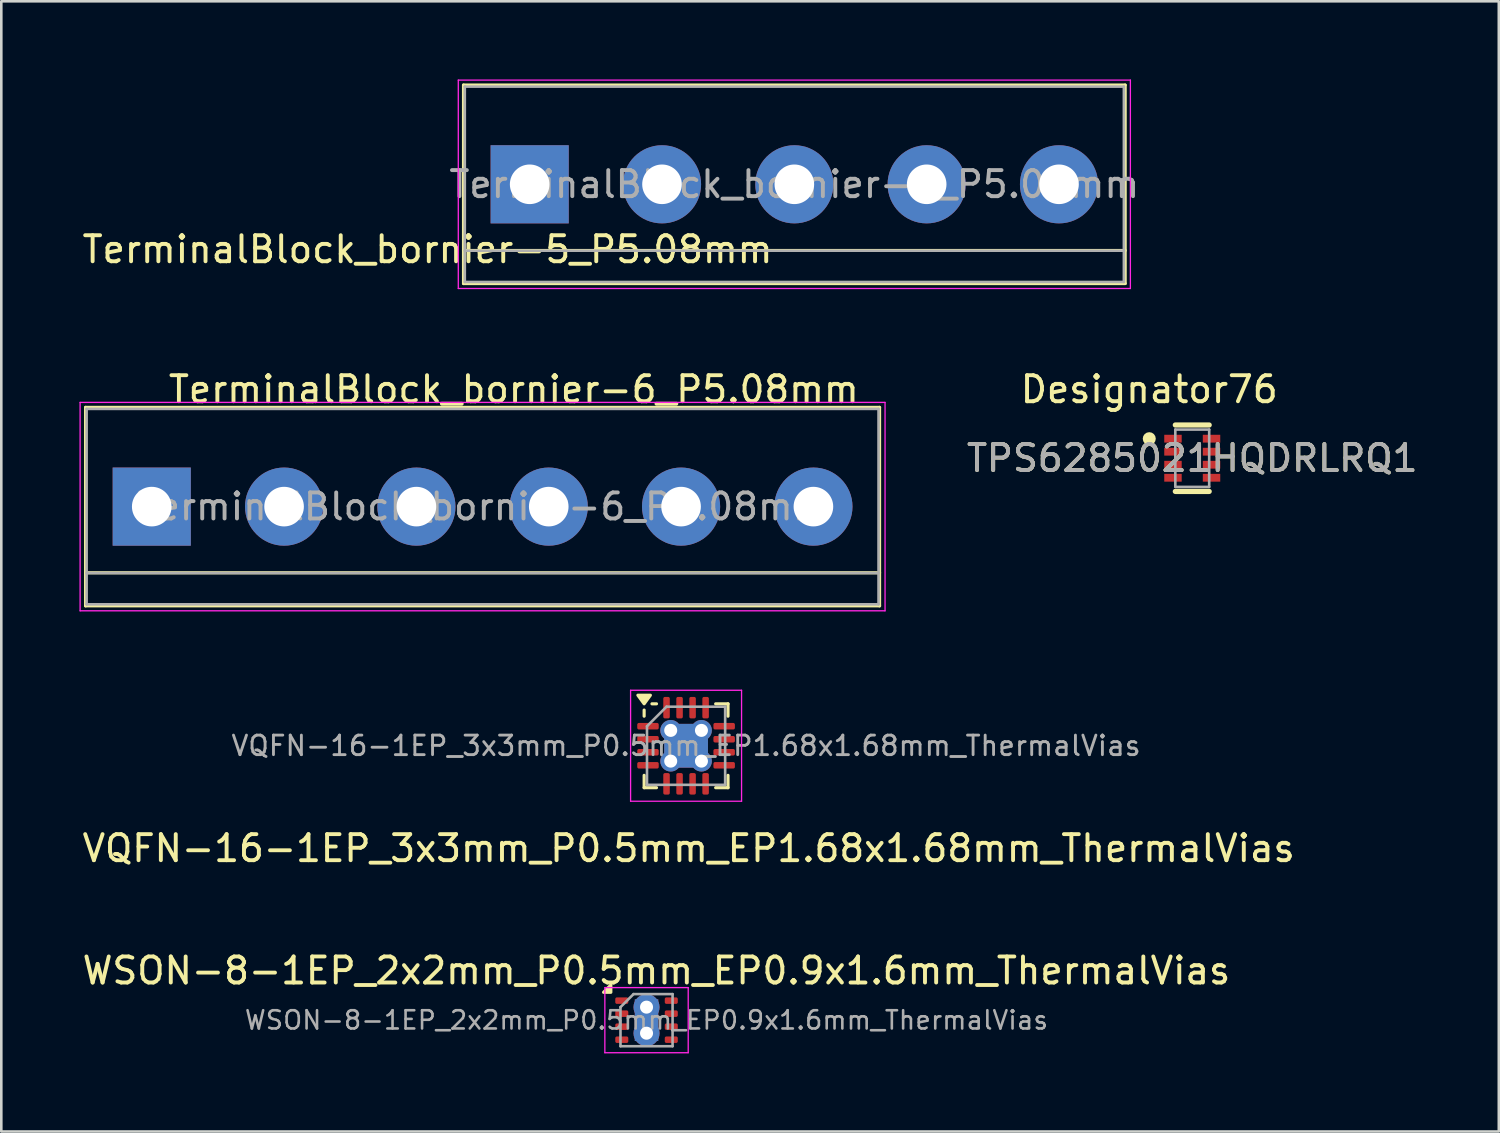
<source format=kicad_pcb>
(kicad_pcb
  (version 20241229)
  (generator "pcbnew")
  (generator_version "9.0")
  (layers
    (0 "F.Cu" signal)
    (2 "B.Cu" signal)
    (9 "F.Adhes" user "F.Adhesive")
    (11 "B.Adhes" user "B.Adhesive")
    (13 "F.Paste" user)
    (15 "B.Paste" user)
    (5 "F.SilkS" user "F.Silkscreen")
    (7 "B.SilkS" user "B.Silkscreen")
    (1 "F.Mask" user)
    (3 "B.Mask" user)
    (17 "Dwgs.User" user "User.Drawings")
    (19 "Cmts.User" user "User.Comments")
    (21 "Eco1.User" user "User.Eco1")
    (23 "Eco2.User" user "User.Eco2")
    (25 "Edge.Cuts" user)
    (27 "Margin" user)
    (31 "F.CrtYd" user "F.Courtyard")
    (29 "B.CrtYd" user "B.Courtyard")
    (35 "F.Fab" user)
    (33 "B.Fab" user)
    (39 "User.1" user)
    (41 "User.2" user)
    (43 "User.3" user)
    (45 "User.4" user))
  (footprint "TPS6285021HQDRLRQ1"
    (layer "F.Cu")
    (at 42.718 14.54)
    (property "Reference" "TPS6285021HQDRLRQ1" (at 0 0 0) (unlocked yes) (layer "F.SilkS") (effects (font (size 1 1) (thickness 0.15))))
    (attr smd)
    (fp_line (start -0.65 -1.275) (end 0.65 -1.275) (stroke (width 0.2) (type solid)) (layer "F.SilkS"))
    (fp_line (start -0.65 1.275) (end 0.65 1.275) (stroke (width 0.2) (type solid)) (layer "F.SilkS"))
    (fp_circle (center -1.65 -0.75) (end -1.525 -0.75) (stroke (width 0.25) (type solid)) (fill no) (layer "F.SilkS"))
    (fp_line (start -0.65 -1.1) (end 0.65 -1.1) (stroke (width 0.1) (type solid)) (layer "F.Fab"))
    (fp_line (start -0.65 1.1) (end -0.65 -1.1) (stroke (width 0.1) (type solid)) (layer "F.Fab"))
    (fp_line (start -0.65 1.1) (end 0.65 1.1) (stroke (width 0.1) (type solid)) (layer "F.Fab"))
    (fp_line (start 0.65 1.1) (end 0.65 -1.1) (stroke (width 0.1) (type solid)) (layer "F.Fab"))
    (fp_text user "Designator76" (at -1.651 -2.642 0) (unlocked yes) (layer "F.SilkS") (effects (font (size 1 1) (thickness 0.15))))
    (fp_text user "${REFERENCE}" (at 0 0 0) (unlocked yes) (layer "F.Fab") (effects (font (size 1 1) (thickness 0.15))))
    (pad "1" smd rect (at -0.74 -0.75) (size 0.67 0.3) (layers "F.Cu" "F.Mask" "F.Paste"))
    (pad "2" smd rect (at -0.74 -0.25) (size 0.67 0.3) (layers "F.Cu" "F.Mask" "F.Paste"))
    (pad "3" smd rect (at -0.74 0.25) (size 0.67 0.3) (layers "F.Cu" "F.Mask" "F.Paste"))
    (pad "4" smd rect (at -0.74 0.75) (size 0.67 0.3) (layers "F.Cu" "F.Mask" "F.Paste"))
    (pad "5" smd rect (at 0.74 0.75) (size 0.67 0.3) (layers "F.Cu" "F.Mask" "F.Paste"))
    (pad "6" smd rect (at 0.74 0.25) (size 0.67 0.3) (layers "F.Cu" "F.Mask" "F.Paste"))
    (pad "7" smd rect (at 0.74 -0.25) (size 0.67 0.3) (layers "F.Cu" "F.Mask" "F.Paste"))
    (pad "8" smd rect (at 0.74 -0.75) (size 0.67 0.3) (layers "F.Cu" "F.Mask" "F.Paste")))
  (footprint "TerminalBlock_bornier-6_P5.08mm"
    (layer "F.Cu")
    (at 2.775 16.398)
    (property "Reference" "TerminalBlock_bornier-6_P5.08mm" (at 13.9 -4.5 0) (layer "F.SilkS") (effects (font (size 1 1) (thickness 0.15))))
    (attr through_hole)
    (fp_line (start -2.54 -3.81) (end -2.54 3.81) (stroke (width 0.12) (type solid)) (layer "F.SilkS"))
    (fp_line (start -2.54 -3.81) (end 27.94 -3.81) (stroke (width 0.12) (type solid)) (layer "F.SilkS"))
    (fp_line (start -2.54 2.54) (end 27.94 2.54) (stroke (width 0.12) (type solid)) (layer "F.SilkS"))
    (fp_line (start -2.54 3.81) (end 27.94 3.81) (stroke (width 0.12) (type solid)) (layer "F.SilkS"))
    (fp_line (start 27.94 3.81) (end 27.94 -3.81) (stroke (width 0.12) (type solid)) (layer "F.SilkS"))
    (fp_line (start -2.75 -4) (end -2.75 4) (stroke (width 0.05) (type solid)) (layer "F.CrtYd"))
    (fp_line (start -2.75 -4) (end 28.15 -4) (stroke (width 0.05) (type solid)) (layer "F.CrtYd"))
    (fp_line (start 28.15 4) (end -2.75 4) (stroke (width 0.05) (type solid)) (layer "F.CrtYd"))
    (fp_line (start 28.15 4) (end 28.15 -4) (stroke (width 0.05) (type solid)) (layer "F.CrtYd"))
    (fp_line (start -2.5 -3.75) (end -2.5 3.75) (stroke (width 0.1) (type solid)) (layer "F.Fab"))
    (fp_line (start -2.5 2.55) (end 27.9 2.55) (stroke (width 0.1) (type solid)) (layer "F.Fab"))
    (fp_line (start -2.5 3.75) (end 27.9 3.75) (stroke (width 0.1) (type solid)) (layer "F.Fab"))
    (fp_line (start 27.9 -3.75) (end -2.5 -3.75) (stroke (width 0.1) (type solid)) (layer "F.Fab"))
    (fp_line (start 27.9 3.75) (end 27.9 -3.75) (stroke (width 0.1) (type solid)) (layer "F.Fab"))
    (fp_text user "${REFERENCE}" (at 12.7 0 0) (layer "F.Fab") (effects (font (size 1 1) (thickness 0.15))))
    (pad "1" thru_hole rect (at 0 0) (size 3 3) (drill 1.52) (layers "*.Cu" "*.Mask"))
    (pad "2" thru_hole circle (at 5.08 0) (size 3 3) (drill 1.52) (layers "*.Cu" "*.Mask"))
    (pad "3" thru_hole circle (at 10.16 0) (size 3 3) (drill 1.52) (layers "*.Cu" "*.Mask"))
    (pad "4" thru_hole circle (at 15.24 0) (size 3 3) (drill 1.52) (layers "*.Cu" "*.Mask"))
    (pad "5" thru_hole circle (at 20.32 0) (size 3 3) (drill 1.52) (layers "*.Cu" "*.Mask"))
    (pad "6" thru_hole circle (at 25.4 0) (size 3 3) (drill 1.52) (layers "*.Cu" "*.Mask")))
  (footprint "VQFN-16-1EP_3x3mm_P0.5mm_EP1.68x1.68mm_ThermalVias"
    (layer "F.Cu")
    (at 23.287 25.578)
    (property "Reference" "VQFN-16-1EP_3x3mm_P0.5mm_EP1.68x1.68mm_ThermalVias" (at 0.1 3.938 180) (layer "F.SilkS") (effects (font (size 1 1) (thickness 0.15))))
    (attr smd)
    (fp_line (start -1.61 -1.135) (end -1.61 -1.37) (stroke (width 0.12) (type solid)) (layer "F.SilkS"))
    (fp_line (start -1.61 1.61) (end -1.61 1.135) (stroke (width 0.12) (type solid)) (layer "F.SilkS"))
    (fp_line (start -1.135 -1.61) (end -1.31 -1.61) (stroke (width 0.12) (type solid)) (layer "F.SilkS"))
    (fp_line (start -1.135 1.61) (end -1.61 1.61) (stroke (width 0.12) (type solid)) (layer "F.SilkS"))
    (fp_line (start 1.135 -1.61) (end 1.61 -1.61) (stroke (width 0.12) (type solid)) (layer "F.SilkS"))
    (fp_line (start 1.135 1.61) (end 1.61 1.61) (stroke (width 0.12) (type solid)) (layer "F.SilkS"))
    (fp_line (start 1.61 -1.61) (end 1.61 -1.135) (stroke (width 0.12) (type solid)) (layer "F.SilkS"))
    (fp_line (start 1.61 1.61) (end 1.61 1.135) (stroke (width 0.12) (type solid)) (layer "F.SilkS"))
    (fp_poly (pts (xy -1.61 -1.61) (xy -1.85 -1.94) (xy -1.37 -1.94) (xy -1.61 -1.61)) (stroke (width 0.12) (type solid)) (fill yes) (layer "F.SilkS"))
    (fp_line (start -2.13 -2.13) (end -2.13 2.13) (stroke (width 0.05) (type solid)) (layer "F.CrtYd"))
    (fp_line (start -2.13 2.13) (end 2.13 2.13) (stroke (width 0.05) (type solid)) (layer "F.CrtYd"))
    (fp_line (start 2.13 -2.13) (end -2.13 -2.13) (stroke (width 0.05) (type solid)) (layer "F.CrtYd"))
    (fp_line (start 2.13 2.13) (end 2.13 -2.13) (stroke (width 0.05) (type solid)) (layer "F.CrtYd"))
    (fp_line (start -1.5 -0.75) (end -0.75 -1.5) (stroke (width 0.1) (type solid)) (layer "F.Fab"))
    (fp_line (start -1.5 1.5) (end -1.5 -0.75) (stroke (width 0.1) (type solid)) (layer "F.Fab"))
    (fp_line (start -0.75 -1.5) (end 1.5 -1.5) (stroke (width 0.1) (type solid)) (layer "F.Fab"))
    (fp_line (start 1.5 -1.5) (end 1.5 1.5) (stroke (width 0.1) (type solid)) (layer "F.Fab"))
    (fp_line (start 1.5 1.5) (end -1.5 1.5) (stroke (width 0.1) (type solid)) (layer "F.Fab"))
    (fp_text user "${REFERENCE}" (at 0 0 180) (layer "F.Fab") (effects (font (size 0.75 0.75) (thickness 0.11))))
    (pad "" smd roundrect (at -0.42 -0.42) (size 0.73 0.73) (layers "F.Paste") (roundrect_rratio 0.25))
    (pad "" smd roundrect (at -0.42 0.42) (size 0.73 0.73) (layers "F.Paste") (roundrect_rratio 0.25))
    (pad "" smd roundrect (at 0.42 -0.42) (size 0.73 0.73) (layers "F.Paste") (roundrect_rratio 0.25))
    (pad "" smd roundrect (at 0.42 0.42) (size 0.73 0.73) (layers "F.Paste") (roundrect_rratio 0.25))
    (pad "1" smd roundrect (at -1.462 -0.75) (size 0.825 0.25) (layers "F.Cu" "F.Mask" "F.Paste") (roundrect_rratio 0.25))
    (pad "2" smd roundrect (at -1.462 -0.25) (size 0.825 0.25) (layers "F.Cu" "F.Mask" "F.Paste") (roundrect_rratio 0.25))
    (pad "3" smd roundrect (at -1.462 0.25) (size 0.825 0.25) (layers "F.Cu" "F.Mask" "F.Paste") (roundrect_rratio 0.25))
    (pad "4" smd roundrect (at -1.462 0.75) (size 0.825 0.25) (layers "F.Cu" "F.Mask" "F.Paste") (roundrect_rratio 0.25))
    (pad "5" smd roundrect (at -0.75 1.462) (size 0.25 0.825) (layers "F.Cu" "F.Mask" "F.Paste") (roundrect_rratio 0.25))
    (pad "6" smd roundrect (at -0.25 1.462) (size 0.25 0.825) (layers "F.Cu" "F.Mask" "F.Paste") (roundrect_rratio 0.25))
    (pad "7" smd roundrect (at 0.25 1.462) (size 0.25 0.825) (layers "F.Cu" "F.Mask" "F.Paste") (roundrect_rratio 0.25))
    (pad "8" smd roundrect (at 0.75 1.462) (size 0.25 0.825) (layers "F.Cu" "F.Mask" "F.Paste") (roundrect_rratio 0.25))
    (pad "9" smd roundrect (at 1.462 0.75) (size 0.825 0.25) (layers "F.Cu" "F.Mask" "F.Paste") (roundrect_rratio 0.25))
    (pad "10" smd roundrect (at 1.462 0.25) (size 0.825 0.25) (layers "F.Cu" "F.Mask" "F.Paste") (roundrect_rratio 0.25))
    (pad "11" smd roundrect (at 1.462 -0.25) (size 0.825 0.25) (layers "F.Cu" "F.Mask" "F.Paste") (roundrect_rratio 0.25))
    (pad "12" smd roundrect (at 1.462 -0.75) (size 0.825 0.25) (layers "F.Cu" "F.Mask" "F.Paste") (roundrect_rratio 0.25))
    (pad "13" smd roundrect (at 0.75 -1.462) (size 0.25 0.825) (layers "F.Cu" "F.Mask" "F.Paste") (roundrect_rratio 0.25))
    (pad "14" smd roundrect (at 0.25 -1.462) (size 0.25 0.825) (layers "F.Cu" "F.Mask" "F.Paste") (roundrect_rratio 0.25))
    (pad "15" smd roundrect (at -0.25 -1.462) (size 0.25 0.825) (layers "F.Cu" "F.Mask" "F.Paste") (roundrect_rratio 0.25))
    (pad "16" smd roundrect (at -0.75 -1.462) (size 0.25 0.825) (layers "F.Cu" "F.Mask" "F.Paste") (roundrect_rratio 0.25))
    (pad "17" thru_hole circle (at -0.59 -0.59) (size 0.8 0.8) (drill 0.5) (property pad_prop_heatsink) (layers "*.Cu"))
    (pad "17" thru_hole circle (at -0.59 0.59) (size 0.8 0.8) (drill 0.5) (property pad_prop_heatsink) (layers "*.Cu"))
    (pad "17" smd rect (at 0 0) (size 1.68 1.68) (property pad_prop_heatsink) (layers "F.Cu" "F.Mask"))
    (pad "17" smd rect (at 0 0) (size 1.68 1.68) (property pad_prop_heatsink) (layers "B.Cu"))
    (pad "17" thru_hole circle (at 0.59 -0.59) (size 0.8 0.8) (drill 0.5) (property pad_prop_heatsink) (layers "*.Cu"))
    (pad "17" thru_hole circle (at 0.59 0.59) (size 0.8 0.8) (drill 0.5) (property pad_prop_heatsink) (layers "*.Cu")))
  (footprint "WSON-8-1EP_2x2mm_P0.5mm_EP0.9x1.6mm_ThermalVias"
    (layer "F.Cu")
    (at 21.769 36.112)
    (property "Reference" "WSON-8-1EP_2x2mm_P0.5mm_EP0.9x1.6mm_ThermalVias" (at 0.38 -1.9 0) (layer "F.SilkS") (effects (font (size 1 1) (thickness 0.15))))
    (attr smd)
    (fp_poly (pts (xy -1.37 -1.07) (xy -1.65 -1.07) (xy -1.37 -1.35) (xy -1.37 -1.07)) (stroke (width 0.12) (type solid)) (fill yes) (layer "F.SilkS"))
    (fp_line (start -1.6 -1.25) (end -1.6 1.25) (stroke (width 0.05) (type solid)) (layer "F.CrtYd"))
    (fp_line (start -1.6 -1.25) (end 1.6 -1.25) (stroke (width 0.05) (type solid)) (layer "F.CrtYd"))
    (fp_line (start -1.6 1.25) (end 1.6 1.25) (stroke (width 0.05) (type solid)) (layer "F.CrtYd"))
    (fp_line (start 1.6 -1.25) (end 1.6 1.25) (stroke (width 0.05) (type solid)) (layer "F.CrtYd"))
    (fp_line (start -1 1) (end -1 -0.5) (stroke (width 0.1) (type solid)) (layer "F.Fab"))
    (fp_line (start -0.5 -1) (end -1 -0.5) (stroke (width 0.1) (type solid)) (layer "F.Fab"))
    (fp_line (start -0.5 -1) (end 1 -1) (stroke (width 0.1) (type solid)) (layer "F.Fab"))
    (fp_line (start 1 -1) (end 1 1) (stroke (width 0.1) (type solid)) (layer "F.Fab"))
    (fp_line (start 1 1) (end -1 1) (stroke (width 0.1) (type solid)) (layer "F.Fab"))
    (fp_text user "${REFERENCE}" (at 0 0 0) (layer "F.Fab") (effects (font (size 0.7 0.7) (thickness 0.1))))
    (pad "" smd rect (at 0 -0.4) (size 0.75 0.65) (layers "F.Paste"))
    (pad "" smd rect (at 0 0.4) (size 0.75 0.65) (layers "F.Paste"))
    (pad "1" smd roundrect (at -0.95 -0.75) (size 0.5 0.25) (layers "F.Cu" "F.Mask" "F.Paste") (roundrect_rratio 0.25))
    (pad "2" smd roundrect (at -0.95 -0.25) (size 0.5 0.25) (layers "F.Cu" "F.Mask" "F.Paste") (roundrect_rratio 0.25))
    (pad "3" smd roundrect (at -0.95 0.25) (size 0.5 0.25) (layers "F.Cu" "F.Mask" "F.Paste") (roundrect_rratio 0.25))
    (pad "4" smd roundrect (at -0.95 0.75) (size 0.5 0.25) (layers "F.Cu" "F.Mask" "F.Paste") (roundrect_rratio 0.25))
    (pad "5" smd roundrect (at 0.95 0.75) (size 0.5 0.25) (layers "F.Cu" "F.Mask" "F.Paste") (roundrect_rratio 0.25))
    (pad "6" smd roundrect (at 0.95 0.25) (size 0.5 0.25) (layers "F.Cu" "F.Mask" "F.Paste") (roundrect_rratio 0.25))
    (pad "7" smd roundrect (at 0.95 -0.25) (size 0.5 0.25) (layers "F.Cu" "F.Mask" "F.Paste") (roundrect_rratio 0.25))
    (pad "8" smd roundrect (at 0.95 -0.75) (size 0.5 0.25) (layers "F.Cu" "F.Mask" "F.Paste") (roundrect_rratio 0.25))
    (pad "9" thru_hole circle (at 0 -0.5) (size 1 1) (drill 0.5) (layers "*.Cu"))
    (pad "9" smd rect (at 0 0) (size 0.9 1.6) (layers "F.Cu" "F.Mask"))
    (pad "9" smd rect (at 0 0) (size 0.9 1.6) (layers "B.Cu"))
    (pad "9" thru_hole circle (at 0 0.5) (size 1 1) (drill 0.5) (layers "*.Cu")))
  (footprint "TerminalBlock_bornier-5_P5.08mm"
    (layer "F.Cu")
    (at 17.283 4.025)
    (property "Reference" "TerminalBlock_bornier-5_P5.08mm" (at -3.92 2.5 180) (layer "F.SilkS") (effects (font (size 1 1) (thickness 0.15))))
    (attr through_hole)
    (fp_line (start -2.54 -3.81) (end -2.54 3.81) (stroke (width 0.12) (type solid)) (layer "F.SilkS"))
    (fp_line (start -2.54 -3.81) (end 22.86 -3.81) (stroke (width 0.12) (type solid)) (layer "F.SilkS"))
    (fp_line (start -2.54 2.54) (end 22.86 2.54) (stroke (width 0.12) (type solid)) (layer "F.SilkS"))
    (fp_line (start -2.54 3.81) (end 22.86 3.81) (stroke (width 0.12) (type solid)) (layer "F.SilkS"))
    (fp_line (start 22.86 -3.81) (end 22.86 3.81) (stroke (width 0.12) (type solid)) (layer "F.SilkS"))
    (fp_line (start -2.74 -4) (end -2.74 4) (stroke (width 0.05) (type solid)) (layer "F.CrtYd"))
    (fp_line (start -2.74 -4) (end 23.06 -4) (stroke (width 0.05) (type solid)) (layer "F.CrtYd"))
    (fp_line (start 23.06 4) (end -2.74 4) (stroke (width 0.05) (type solid)) (layer "F.CrtYd"))
    (fp_line (start 23.06 4) (end 23.06 -4) (stroke (width 0.05) (type solid)) (layer "F.CrtYd"))
    (fp_line (start -2.49 -3.75) (end -2.49 3.75) (stroke (width 0.1) (type solid)) (layer "F.Fab"))
    (fp_line (start -2.49 2.55) (end 22.81 2.55) (stroke (width 0.1) (type solid)) (layer "F.Fab"))
    (fp_line (start -2.49 3.75) (end 22.81 3.75) (stroke (width 0.1) (type solid)) (layer "F.Fab"))
    (fp_line (start 22.81 -3.75) (end -2.49 -3.75) (stroke (width 0.1) (type solid)) (layer "F.Fab"))
    (fp_line (start 22.81 3.75) (end 22.81 -3.75) (stroke (width 0.1) (type solid)) (layer "F.Fab"))
    (fp_text user "${REFERENCE}" (at 10.16 0 180) (layer "F.Fab") (effects (font (size 1 1) (thickness 0.15))))
    (pad "1" thru_hole rect (at 0 0) (size 3 3) (drill 1.52) (layers "*.Cu" "*.Mask"))
    (pad "2" thru_hole circle (at 5.08 0) (size 3 3) (drill 1.52) (layers "*.Cu" "*.Mask"))
    (pad "3" thru_hole circle (at 10.16 0) (size 3 3) (drill 1.52) (layers "*.Cu" "*.Mask"))
    (pad "4" thru_hole circle (at 15.24 0) (size 3 3) (drill 1.52) (layers "*.Cu" "*.Mask"))
    (pad "5" thru_hole circle (at 20.32 0) (size 3 3) (drill 1.52) (layers "*.Cu" "*.Mask")))
  (gr_rect
    (start -3 -3)
    (end 54.486 40.387)
    (stroke (width 0.1) (type default))
    (fill no)
    (layer "Edge.Cuts")))
</source>
